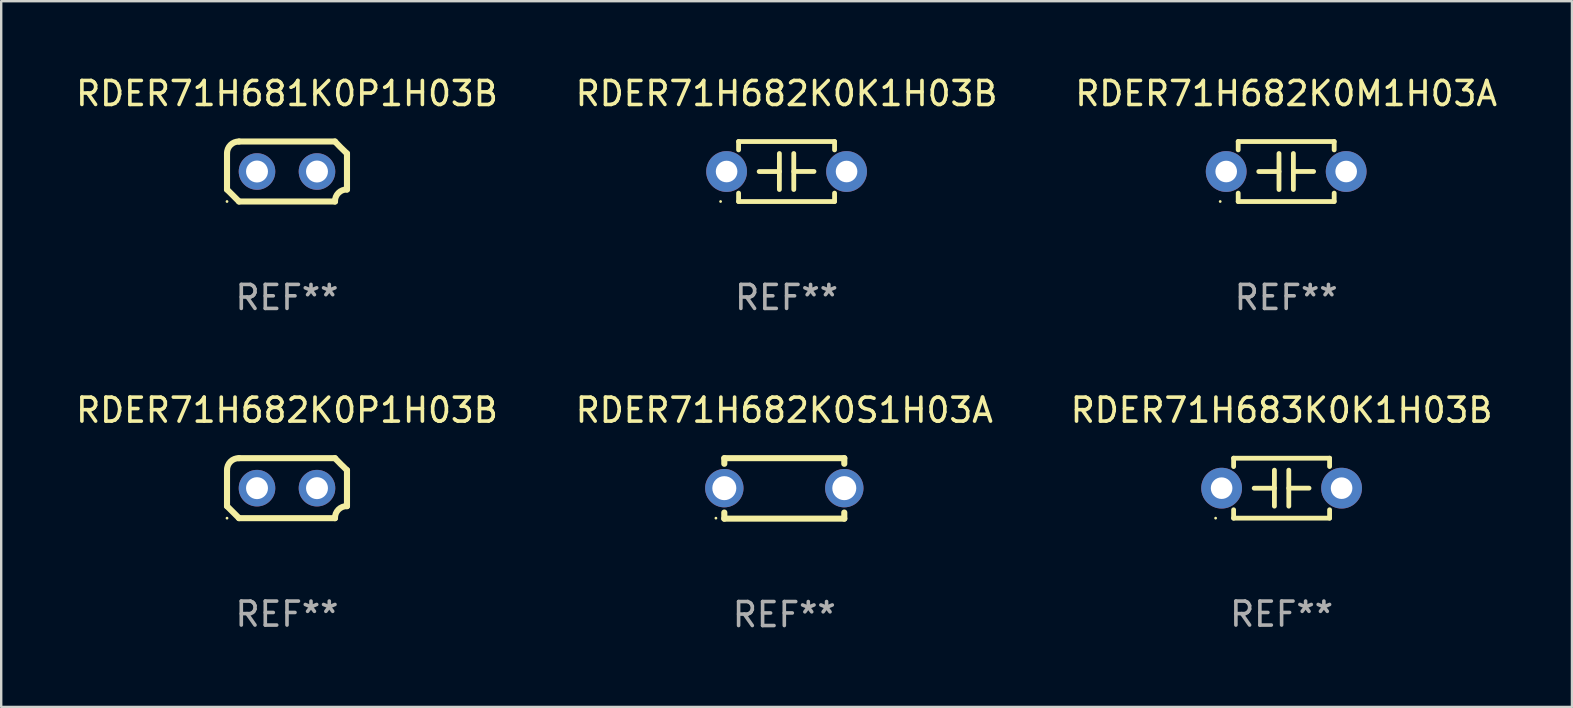
<source format=kicad_pcb>
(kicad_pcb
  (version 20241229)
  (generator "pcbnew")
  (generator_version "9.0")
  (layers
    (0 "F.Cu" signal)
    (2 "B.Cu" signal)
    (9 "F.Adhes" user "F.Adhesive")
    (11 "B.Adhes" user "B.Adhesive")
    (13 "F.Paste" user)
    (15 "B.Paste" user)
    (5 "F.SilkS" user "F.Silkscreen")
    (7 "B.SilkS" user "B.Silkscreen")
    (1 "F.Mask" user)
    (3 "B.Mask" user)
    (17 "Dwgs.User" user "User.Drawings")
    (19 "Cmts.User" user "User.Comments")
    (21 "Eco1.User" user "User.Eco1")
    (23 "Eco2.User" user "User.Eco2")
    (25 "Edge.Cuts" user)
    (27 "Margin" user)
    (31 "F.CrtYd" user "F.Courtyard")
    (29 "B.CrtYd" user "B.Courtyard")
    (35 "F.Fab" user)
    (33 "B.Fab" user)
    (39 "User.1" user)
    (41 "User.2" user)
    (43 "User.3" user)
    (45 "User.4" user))
  (footprint "RDER71H682K0M1H03A"
    (layer "F.Cu")
    (at 50.554 4.098)
    (property "Reference" "RDER71H682K0M1H03A" (at 0 -3.25 0) (layer "F.SilkS") (effects (font (size 1 1) (thickness 0.15))))
    (attr through_hole)
    (fp_line (start -2 -1.25) (end -2 -0.901) (stroke (width 0.2) (type solid)) (layer "F.SilkS"))
    (fp_line (start -2 -1.25) (end 2 -1.25) (stroke (width 0.2) (type solid)) (layer "F.SilkS"))
    (fp_line (start -2 0.901) (end -2 1.25) (stroke (width 0.2) (type solid)) (layer "F.SilkS"))
    (fp_line (start -0.3 -0.75) (end -0.3 0.75) (stroke (width 0.2) (type solid)) (layer "F.SilkS"))
    (fp_line (start -0.3 0.001) (end -1.143 0.001) (stroke (width 0.2) (type solid)) (layer "F.SilkS"))
    (fp_line (start 0.3 -0.001) (end 1.143 -0.001) (stroke (width 0.2) (type solid)) (layer "F.SilkS"))
    (fp_line (start 0.3 0.75) (end 0.3 -0.75) (stroke (width 0.2) (type solid)) (layer "F.SilkS"))
    (fp_line (start 2 -1.25) (end 2 -0.901) (stroke (width 0.2) (type solid)) (layer "F.SilkS"))
    (fp_line (start 2 0.901) (end 2 1.25) (stroke (width 0.2) (type solid)) (layer "F.SilkS"))
    (fp_line (start 2 1.25) (end -2 1.25) (stroke (width 0.2) (type solid)) (layer "F.SilkS"))
    (fp_circle (center -2.75 1.25) (end -2.72 1.25) (stroke (width 0.06) (type solid)) (fill no) (layer "F.SilkS"))
    (fp_text user "REF**" (at 0 5.25 0) (layer "F.Fab") (effects (font (size 1 1) (thickness 0.15))))
    (pad "1" thru_hole circle (at -2.5 0) (size 1.7 1.7) (drill 0.9) (layers "*.Cu" "*.Mask"))
    (pad "2" thru_hole circle (at 2.5 0) (size 1.7 1.7) (drill 0.9) (layers "*.Cu" "*.Mask")))
  (footprint "RDER71H683K0K1H03B"
    (layer "F.Cu")
    (at 50.363 17.295)
    (property "Reference" "RDER71H683K0K1H03B" (at 0 -3.25 0) (layer "F.SilkS") (effects (font (size 1 1) (thickness 0.15))))
    (attr through_hole)
    (fp_line (start -2 -1.25) (end -2 -0.901) (stroke (width 0.2) (type solid)) (layer "F.SilkS"))
    (fp_line (start -2 -1.25) (end 2 -1.25) (stroke (width 0.2) (type solid)) (layer "F.SilkS"))
    (fp_line (start -2 0.901) (end -2 1.25) (stroke (width 0.2) (type solid)) (layer "F.SilkS"))
    (fp_line (start -0.3 -0.75) (end -0.3 0.75) (stroke (width 0.2) (type solid)) (layer "F.SilkS"))
    (fp_line (start -0.3 0.001) (end -1.143 0.001) (stroke (width 0.2) (type solid)) (layer "F.SilkS"))
    (fp_line (start 0.3 -0.001) (end 1.143 -0.001) (stroke (width 0.2) (type solid)) (layer "F.SilkS"))
    (fp_line (start 0.3 0.75) (end 0.3 -0.75) (stroke (width 0.2) (type solid)) (layer "F.SilkS"))
    (fp_line (start 2 -1.25) (end 2 -0.901) (stroke (width 0.2) (type solid)) (layer "F.SilkS"))
    (fp_line (start 2 0.901) (end 2 1.25) (stroke (width 0.2) (type solid)) (layer "F.SilkS"))
    (fp_line (start 2 1.25) (end -2 1.25) (stroke (width 0.2) (type solid)) (layer "F.SilkS"))
    (fp_circle (center -2.75 1.25) (end -2.72 1.25) (stroke (width 0.06) (type solid)) (fill no) (layer "F.SilkS"))
    (fp_text user "REF**" (at 0 5.25 0) (layer "F.Fab") (effects (font (size 1 1) (thickness 0.15))))
    (pad "1" thru_hole circle (at -2.5 0) (size 1.7 1.7) (drill 0.9) (layers "*.Cu" "*.Mask"))
    (pad "2" thru_hole circle (at 2.5 0) (size 1.7 1.7) (drill 0.9) (layers "*.Cu" "*.Mask")))
  (footprint "RDER71H681K0P1H03B"
    (layer "F.Cu")
    (at 8.911 4.098)
    (property "Reference" "RDER71H681K0P1H03B" (at 0 -3.25 0) (layer "F.SilkS") (effects (font (size 1 1) (thickness 0.15))))
    (attr through_hole)
    (fp_line (start -2.5 -0.75) (end -2.5 0.75) (stroke (width 0.254) (type solid)) (layer "F.SilkS"))
    (fp_line (start -2 -1.25) (end 2 -1.25) (stroke (width 0.254) (type solid)) (layer "F.SilkS"))
    (fp_line (start 2 1.25) (end -2 1.25) (stroke (width 0.254) (type solid)) (layer "F.SilkS"))
    (fp_line (start 2.5 0.75) (end 2.5 -0.75) (stroke (width 0.254) (type solid)) (layer "F.SilkS"))
    (fp_arc (start -2.5 0.749962) (mid -2.249559 0.999558) (end -1.99929 1.249325) (stroke (width 0.254001) (type solid)) (layer "F.SilkS"))
    (fp_arc (start -2.499366 -0.749302) (mid -2.356411 -1.106098) (end -2 -1.250013) (stroke (width 0.254001) (type solid)) (layer "F.SilkS"))
    (fp_arc (start 2 1.250013) (mid 2.142747 0.89301) (end 2.499364 0.749302) (stroke (width 0.254001) (type solid)) (layer "F.SilkS"))
    (fp_arc (start 2.5 -0.749962) (mid 2.245609 -0.995598) (end 1.999289 -1.249327) (stroke (width 0.254001) (type solid)) (layer "F.SilkS"))
    (fp_circle (center -2.5 1.25) (end -2.47 1.25) (stroke (width 0.06) (type solid)) (fill no) (layer "F.SilkS"))
    (fp_text user "REF**" (at 0 5.25 0) (layer "F.Fab") (effects (font (size 1 1) (thickness 0.15))))
    (pad "1" thru_hole circle (at -1.25 0) (size 1.524 1.524) (drill 0.914) (layers "*.Cu" "*.Mask"))
    (pad "2" thru_hole circle (at 1.25 0) (size 1.524 1.524) (drill 0.914) (layers "*.Cu" "*.Mask")))
  (footprint "RDER71H682K0S1H03A"
    (layer "F.Cu")
    (at 29.637 17.305)
    (property "Reference" "RDER71H682K0S1H03A" (at 0 -3.26 0) (layer "F.SilkS") (effects (font (size 1 1) (thickness 0.15))))
    (attr through_hole)
    (fp_line (start -2.5 -1.26) (end -2.5 -1.026) (stroke (width 0.254) (type solid)) (layer "F.SilkS"))
    (fp_line (start -2.5 -1.26) (end 2.5 -1.26) (stroke (width 0.254) (type solid)) (layer "F.SilkS"))
    (fp_line (start -2.5 1.26) (end -2.5 1.006) (stroke (width 0.254) (type solid)) (layer "F.SilkS"))
    (fp_line (start 2.5 -1.26) (end 2.5 -1.026) (stroke (width 0.254) (type solid)) (layer "F.SilkS"))
    (fp_line (start 2.5 1.26) (end -2.5 1.26) (stroke (width 0.254) (type solid)) (layer "F.SilkS"))
    (fp_line (start 2.5 1.26) (end 2.5 1.006) (stroke (width 0.254) (type solid)) (layer "F.SilkS"))
    (fp_circle (center -2.85 1.24) (end -2.82 1.24) (stroke (width 0.06) (type solid)) (fill no) (layer "F.SilkS"))
    (fp_text user "REF**" (at 0 5.26 0) (layer "F.Fab") (effects (font (size 1 1) (thickness 0.15))))
    (pad "1" thru_hole circle (at -2.5 -0.01) (size 1.6 1.6) (drill 1) (layers "*.Cu" "*.Mask"))
    (pad "2" thru_hole circle (at 2.5 -0.01) (size 1.6 1.6) (drill 1) (layers "*.Cu" "*.Mask")))
  (footprint "RDER71H682K0K1H03B"
    (layer "F.Cu")
    (at 29.732 4.098)
    (property "Reference" "RDER71H682K0K1H03B" (at 0 -3.25 0) (layer "F.SilkS") (effects (font (size 1 1) (thickness 0.15))))
    (attr through_hole)
    (fp_line (start -2 -1.25) (end -2 -0.901) (stroke (width 0.2) (type solid)) (layer "F.SilkS"))
    (fp_line (start -2 -1.25) (end 2 -1.25) (stroke (width 0.2) (type solid)) (layer "F.SilkS"))
    (fp_line (start -2 0.901) (end -2 1.25) (stroke (width 0.2) (type solid)) (layer "F.SilkS"))
    (fp_line (start -0.3 -0.75) (end -0.3 0.75) (stroke (width 0.2) (type solid)) (layer "F.SilkS"))
    (fp_line (start -0.3 0.001) (end -1.143 0.001) (stroke (width 0.2) (type solid)) (layer "F.SilkS"))
    (fp_line (start 0.3 -0.001) (end 1.143 -0.001) (stroke (width 0.2) (type solid)) (layer "F.SilkS"))
    (fp_line (start 0.3 0.75) (end 0.3 -0.75) (stroke (width 0.2) (type solid)) (layer "F.SilkS"))
    (fp_line (start 2 -1.25) (end 2 -0.901) (stroke (width 0.2) (type solid)) (layer "F.SilkS"))
    (fp_line (start 2 0.901) (end 2 1.25) (stroke (width 0.2) (type solid)) (layer "F.SilkS"))
    (fp_line (start 2 1.25) (end -2 1.25) (stroke (width 0.2) (type solid)) (layer "F.SilkS"))
    (fp_circle (center -2.75 1.25) (end -2.72 1.25) (stroke (width 0.06) (type solid)) (fill no) (layer "F.SilkS"))
    (fp_text user "REF**" (at 0 5.25 0) (layer "F.Fab") (effects (font (size 1 1) (thickness 0.15))))
    (pad "1" thru_hole circle (at -2.5 0) (size 1.7 1.7) (drill 0.9) (layers "*.Cu" "*.Mask"))
    (pad "2" thru_hole circle (at 2.5 0) (size 1.7 1.7) (drill 0.9) (layers "*.Cu" "*.Mask")))
  (footprint "RDER71H682K0P1H03B"
    (layer "F.Cu")
    (at 8.911 17.295)
    (property "Reference" "RDER71H682K0P1H03B" (at 0 -3.25 0) (layer "F.SilkS") (effects (font (size 1 1) (thickness 0.15))))
    (attr through_hole)
    (fp_line (start -2.5 -0.75) (end -2.5 0.75) (stroke (width 0.254) (type solid)) (layer "F.SilkS"))
    (fp_line (start -2 -1.25) (end 2 -1.25) (stroke (width 0.254) (type solid)) (layer "F.SilkS"))
    (fp_line (start 2 1.25) (end -2 1.25) (stroke (width 0.254) (type solid)) (layer "F.SilkS"))
    (fp_line (start 2.5 0.75) (end 2.5 -0.75) (stroke (width 0.254) (type solid)) (layer "F.SilkS"))
    (fp_arc (start -2.5 0.749962) (mid -2.249559 0.999558) (end -1.99929 1.249325) (stroke (width 0.254001) (type solid)) (layer "F.SilkS"))
    (fp_arc (start -2.499366 -0.749302) (mid -2.356411 -1.106098) (end -2 -1.250013) (stroke (width 0.254001) (type solid)) (layer "F.SilkS"))
    (fp_arc (start 2 1.250013) (mid 2.142747 0.89301) (end 2.499364 0.749302) (stroke (width 0.254001) (type solid)) (layer "F.SilkS"))
    (fp_arc (start 2.5 -0.749962) (mid 2.245609 -0.995598) (end 1.999289 -1.249327) (stroke (width 0.254001) (type solid)) (layer "F.SilkS"))
    (fp_circle (center -2.5 1.25) (end -2.47 1.25) (stroke (width 0.06) (type solid)) (fill no) (layer "F.SilkS"))
    (fp_text user "REF**" (at 0 5.25 0) (layer "F.Fab") (effects (font (size 1 1) (thickness 0.15))))
    (pad "1" thru_hole circle (at -1.25 0) (size 1.524 1.524) (drill 0.914) (layers "*.Cu" "*.Mask"))
    (pad "2" thru_hole circle (at 1.25 0) (size 1.524 1.524) (drill 0.914) (layers "*.Cu" "*.Mask")))
  (gr_rect
    (start -3 -3)
    (end 62.464 26.413)
    (stroke (width 0.1) (type default))
    (fill no)
    (layer "Edge.Cuts")))
</source>
